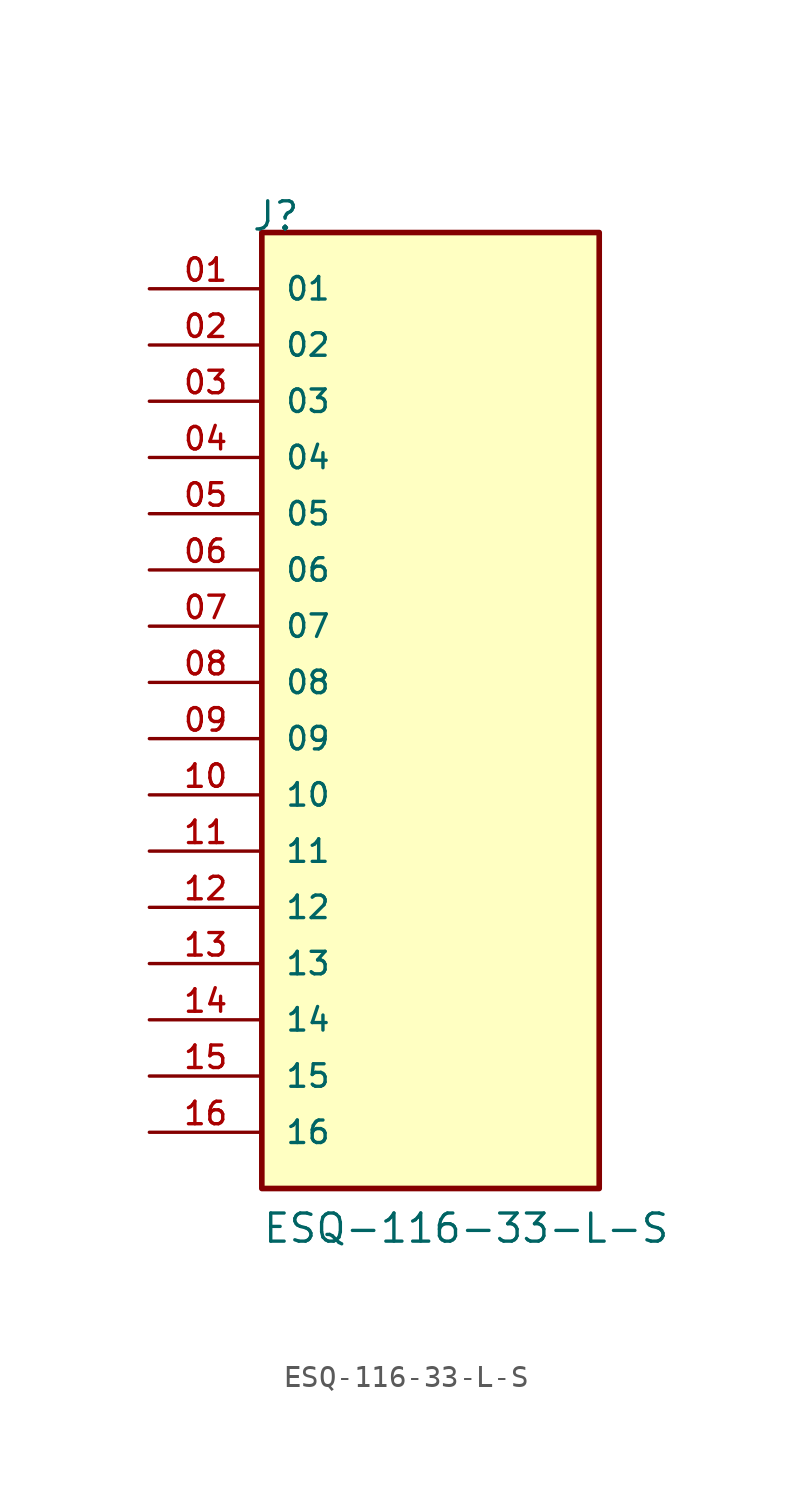
<source format=kicad_sym>
(kicad_symbol_lib
  (version 20211014)
  (generator kicad_symbol_editor)
  (symbol "ESQ-116-33-L-S"
    (pin_names
      (offset 1.016))
    (property "Reference" "J"
      (at -8.12 22.86 0)
      (effects (font (size 1.27 1.27)) (justify bottom left)))
    (property "Value" "ESQ-116-33-L-S"
      (at -7.62 -22.86 0)
      (effects (font (size 1.27 1.27)) (justify bottom left)))
    (symbol "ESQ-116-33-L-S_0_0"
      (rectangle (start -7.62 -20.32) (end 7.62 22.86) (stroke (width 0.254)) (fill (type background)))
      (pin passive line (at -12.7 20.32 0) (length 5.08) (name "01" (effects (font (size 1.016 1.016)))) (number "01" (effects (font (size 1.016 1.016)))))
      (pin passive line (at -12.7 17.78 0) (length 5.08) (name "02" (effects (font (size 1.016 1.016)))) (number "02" (effects (font (size 1.016 1.016)))))
      (pin passive line (at -12.7 15.24 0) (length 5.08) (name "03" (effects (font (size 1.016 1.016)))) (number "03" (effects (font (size 1.016 1.016)))))
      (pin passive line (at -12.7 12.7 0) (length 5.08) (name "04" (effects (font (size 1.016 1.016)))) (number "04" (effects (font (size 1.016 1.016)))))
      (pin passive line (at -12.7 10.16 0) (length 5.08) (name "05" (effects (font (size 1.016 1.016)))) (number "05" (effects (font (size 1.016 1.016)))))
      (pin passive line (at -12.7 7.62 0) (length 5.08) (name "06" (effects (font (size 1.016 1.016)))) (number "06" (effects (font (size 1.016 1.016)))))
      (pin passive line (at -12.7 5.08 0) (length 5.08) (name "07" (effects (font (size 1.016 1.016)))) (number "07" (effects (font (size 1.016 1.016)))))
      (pin passive line (at -12.7 2.54 0) (length 5.08) (name "08" (effects (font (size 1.016 1.016)))) (number "08" (effects (font (size 1.016 1.016)))))
      (pin passive line (at -12.7 0.0 0) (length 5.08) (name "09" (effects (font (size 1.016 1.016)))) (number "09" (effects (font (size 1.016 1.016)))))
      (pin passive line (at -12.7 -2.54 0) (length 5.08) (name "10" (effects (font (size 1.016 1.016)))) (number "10" (effects (font (size 1.016 1.016)))))
      (pin passive line (at -12.7 -5.08 0) (length 5.08) (name "11" (effects (font (size 1.016 1.016)))) (number "11" (effects (font (size 1.016 1.016)))))
      (pin passive line (at -12.7 -7.62 0) (length 5.08) (name "12" (effects (font (size 1.016 1.016)))) (number "12" (effects (font (size 1.016 1.016)))))
      (pin passive line (at -12.7 -10.16 0) (length 5.08) (name "13" (effects (font (size 1.016 1.016)))) (number "13" (effects (font (size 1.016 1.016)))))
      (pin passive line (at -12.7 -12.7 0) (length 5.08) (name "14" (effects (font (size 1.016 1.016)))) (number "14" (effects (font (size 1.016 1.016)))))
      (pin passive line (at -12.7 -15.24 0) (length 5.08) (name "15" (effects (font (size 1.016 1.016)))) (number "15" (effects (font (size 1.016 1.016)))))
      (pin passive line (at -12.7 -17.78 0) (length 5.08) (name "16" (effects (font (size 1.016 1.016)))) (number "16" (effects (font (size 1.016 1.016))))))))
</source>
